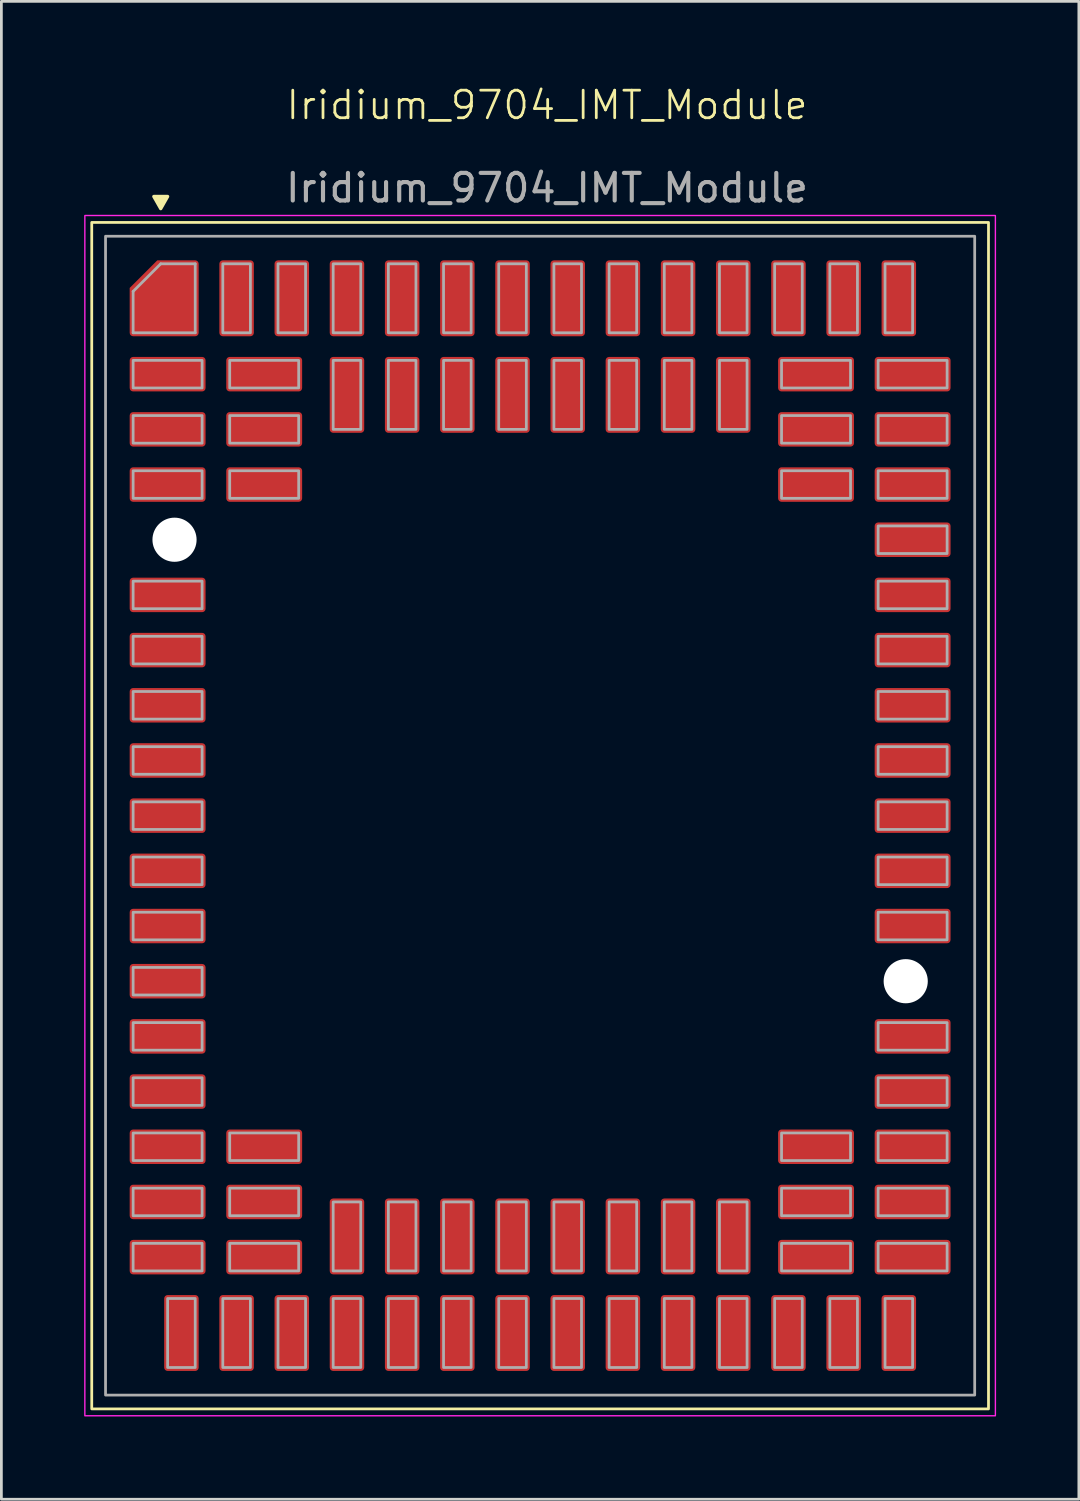
<source format=kicad_pcb>
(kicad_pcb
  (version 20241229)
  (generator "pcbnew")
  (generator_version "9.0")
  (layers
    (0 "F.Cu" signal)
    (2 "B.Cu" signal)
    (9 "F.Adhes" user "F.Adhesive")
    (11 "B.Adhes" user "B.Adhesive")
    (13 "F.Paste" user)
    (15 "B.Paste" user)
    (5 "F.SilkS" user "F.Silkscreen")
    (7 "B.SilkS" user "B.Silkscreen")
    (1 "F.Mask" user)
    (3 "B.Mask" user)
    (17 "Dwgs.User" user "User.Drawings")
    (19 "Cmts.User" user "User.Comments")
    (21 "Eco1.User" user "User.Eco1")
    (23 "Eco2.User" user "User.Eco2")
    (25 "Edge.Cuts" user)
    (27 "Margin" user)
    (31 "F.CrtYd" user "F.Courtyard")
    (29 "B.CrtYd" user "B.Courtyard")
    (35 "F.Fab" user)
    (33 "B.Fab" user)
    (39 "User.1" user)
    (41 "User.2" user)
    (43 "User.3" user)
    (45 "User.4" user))
  (footprint "Iridium_9704_IMT_Module"
    (layer "F.Cu")
    (at 16.525 26.511)
    (property "Reference" "Iridium_9704_IMT_Module" (at 0.25 -25.75 0) (unlocked yes) (layer "F.SilkS") (effects (font (size 1 1) (thickness 0.1))))
    (attr smd)
    (fp_rect (start -16.25 -21.5) (end 16.25 21.5) (stroke (width 0.1) (type default)) (fill no) (layer "F.SilkS"))
    (fp_poly (pts (xy -13.75 -22) (xy -14 -22.44) (xy -13.5 -22.44) (xy -13.75 -22)) (stroke (width 0.12) (type solid)) (fill yes) (layer "F.SilkS"))
    (fp_rect (start -16.5 -21.75) (end 16.5 21.75) (stroke (width 0.05) (type default)) (fill no) (layer "F.CrtYd"))
    (fp_line (start -14.75 -17.5) (end -14.75 -19) (stroke (width 0.1) (type default)) (layer "F.Fab"))
    (fp_line (start -13.75 -20) (end -14.75 -19) (stroke (width 0.1) (type default)) (layer "F.Fab"))
    (fp_line (start -12.5 -20) (end -13.75 -20) (stroke (width 0.1) (type default)) (layer "F.Fab"))
    (fp_line (start -12.5 -17.5) (end -14.75 -17.5) (stroke (width 0.1) (type default)) (layer "F.Fab"))
    (fp_line (start -12.5 -17.5) (end -12.5 -20) (stroke (width 0.1) (type default)) (layer "F.Fab"))
    (fp_rect (start -15.75 -21) (end 15.75 21) (stroke (width 0.1) (type default)) (fill no) (layer "F.Fab"))
    (fp_rect (start -14.75 -15.5) (end -12.25 -16.5) (stroke (width 0.1) (type default)) (fill no) (layer "F.Fab"))
    (fp_rect (start -14.75 -13.5) (end -12.25 -14.5) (stroke (width 0.1) (type default)) (fill no) (layer "F.Fab"))
    (fp_rect (start -14.75 -11.5) (end -12.25 -12.5) (stroke (width 0.1) (type default)) (fill no) (layer "F.Fab"))
    (fp_rect (start -14.75 -7.5) (end -12.25 -8.5) (stroke (width 0.1) (type default)) (fill no) (layer "F.Fab"))
    (fp_rect (start -14.75 -5.5) (end -12.25 -6.5) (stroke (width 0.1) (type default)) (fill no) (layer "F.Fab"))
    (fp_rect (start -14.75 -3.5) (end -12.25 -4.5) (stroke (width 0.1) (type default)) (fill no) (layer "F.Fab"))
    (fp_rect (start -14.75 -1.5) (end -12.25 -2.5) (stroke (width 0.1) (type default)) (fill no) (layer "F.Fab"))
    (fp_rect (start -14.75 0.5) (end -12.25 -0.5) (stroke (width 0.1) (type default)) (fill no) (layer "F.Fab"))
    (fp_rect (start -14.75 2.5) (end -12.25 1.5) (stroke (width 0.1) (type default)) (fill no) (layer "F.Fab"))
    (fp_rect (start -14.75 4.5) (end -12.25 3.5) (stroke (width 0.1) (type default)) (fill no) (layer "F.Fab"))
    (fp_rect (start -14.75 6.5) (end -12.25 5.5) (stroke (width 0.1) (type default)) (fill no) (layer "F.Fab"))
    (fp_rect (start -14.75 8.5) (end -12.25 7.5) (stroke (width 0.1) (type default)) (fill no) (layer "F.Fab"))
    (fp_rect (start -14.75 10.5) (end -12.25 9.5) (stroke (width 0.1) (type default)) (fill no) (layer "F.Fab"))
    (fp_rect (start -14.75 12.5) (end -12.25 11.5) (stroke (width 0.1) (type default)) (fill no) (layer "F.Fab"))
    (fp_rect (start -14.75 14.5) (end -12.25 13.5) (stroke (width 0.1) (type default)) (fill no) (layer "F.Fab"))
    (fp_rect (start -14.75 16.5) (end -12.25 15.5) (stroke (width 0.1) (type default)) (fill no) (layer "F.Fab"))
    (fp_rect (start -13.5 17.5) (end -12.5 20) (stroke (width 0.1) (type default)) (fill no) (layer "F.Fab"))
    (fp_rect (start -11.5 -20) (end -10.5 -17.5) (stroke (width 0.1) (type default)) (fill no) (layer "F.Fab"))
    (fp_rect (start -11.5 17.5) (end -10.5 20) (stroke (width 0.1) (type default)) (fill no) (layer "F.Fab"))
    (fp_rect (start -11.25 -15.5) (end -8.75 -16.5) (stroke (width 0.1) (type default)) (fill no) (layer "F.Fab"))
    (fp_rect (start -11.25 -13.5) (end -8.75 -14.5) (stroke (width 0.1) (type default)) (fill no) (layer "F.Fab"))
    (fp_rect (start -11.25 -11.5) (end -8.75 -12.5) (stroke (width 0.1) (type default)) (fill no) (layer "F.Fab"))
    (fp_rect (start -11.25 12.5) (end -8.75 11.5) (stroke (width 0.1) (type default)) (fill no) (layer "F.Fab"))
    (fp_rect (start -11.25 14.5) (end -8.75 13.5) (stroke (width 0.1) (type default)) (fill no) (layer "F.Fab"))
    (fp_rect (start -11.25 16.5) (end -8.75 15.5) (stroke (width 0.1) (type default)) (fill no) (layer "F.Fab"))
    (fp_rect (start -9.5 -20) (end -8.5 -17.5) (stroke (width 0.1) (type default)) (fill no) (layer "F.Fab"))
    (fp_rect (start -9.5 17.5) (end -8.5 20) (stroke (width 0.1) (type default)) (fill no) (layer "F.Fab"))
    (fp_rect (start -7.5 -20) (end -6.5 -17.5) (stroke (width 0.1) (type default)) (fill no) (layer "F.Fab"))
    (fp_rect (start -7.5 -16.5) (end -6.5 -14) (stroke (width 0.1) (type default)) (fill no) (layer "F.Fab"))
    (fp_rect (start -7.5 14) (end -6.5 16.5) (stroke (width 0.1) (type default)) (fill no) (layer "F.Fab"))
    (fp_rect (start -7.5 17.5) (end -6.5 20) (stroke (width 0.1) (type default)) (fill no) (layer "F.Fab"))
    (fp_rect (start -5.5 -20) (end -4.5 -17.5) (stroke (width 0.1) (type default)) (fill no) (layer "F.Fab"))
    (fp_rect (start -5.5 -16.5) (end -4.5 -14) (stroke (width 0.1) (type default)) (fill no) (layer "F.Fab"))
    (fp_rect (start -5.5 14) (end -4.5 16.5) (stroke (width 0.1) (type default)) (fill no) (layer "F.Fab"))
    (fp_rect (start -5.5 17.5) (end -4.5 20) (stroke (width 0.1) (type default)) (fill no) (layer "F.Fab"))
    (fp_rect (start -3.5 -20) (end -2.5 -17.5) (stroke (width 0.1) (type default)) (fill no) (layer "F.Fab"))
    (fp_rect (start -3.5 -16.5) (end -2.5 -14) (stroke (width 0.1) (type default)) (fill no) (layer "F.Fab"))
    (fp_rect (start -3.5 14) (end -2.5 16.5) (stroke (width 0.1) (type default)) (fill no) (layer "F.Fab"))
    (fp_rect (start -3.5 17.5) (end -2.5 20) (stroke (width 0.1) (type default)) (fill no) (layer "F.Fab"))
    (fp_rect (start -1.5 -20) (end -0.5 -17.5) (stroke (width 0.1) (type default)) (fill no) (layer "F.Fab"))
    (fp_rect (start -1.5 -16.5) (end -0.5 -14) (stroke (width 0.1) (type default)) (fill no) (layer "F.Fab"))
    (fp_rect (start -1.5 14) (end -0.5 16.5) (stroke (width 0.1) (type default)) (fill no) (layer "F.Fab"))
    (fp_rect (start -1.5 17.5) (end -0.5 20) (stroke (width 0.1) (type default)) (fill no) (layer "F.Fab"))
    (fp_rect (start 0.5 -20) (end 1.5 -17.5) (stroke (width 0.1) (type default)) (fill no) (layer "F.Fab"))
    (fp_rect (start 0.5 -16.5) (end 1.5 -14) (stroke (width 0.1) (type default)) (fill no) (layer "F.Fab"))
    (fp_rect (start 0.5 14) (end 1.5 16.5) (stroke (width 0.1) (type default)) (fill no) (layer "F.Fab"))
    (fp_rect (start 0.5 17.5) (end 1.5 20) (stroke (width 0.1) (type default)) (fill no) (layer "F.Fab"))
    (fp_rect (start 2.5 -20) (end 3.5 -17.5) (stroke (width 0.1) (type default)) (fill no) (layer "F.Fab"))
    (fp_rect (start 2.5 -16.5) (end 3.5 -14) (stroke (width 0.1) (type default)) (fill no) (layer "F.Fab"))
    (fp_rect (start 2.5 14) (end 3.5 16.5) (stroke (width 0.1) (type default)) (fill no) (layer "F.Fab"))
    (fp_rect (start 2.5 17.5) (end 3.5 20) (stroke (width 0.1) (type default)) (fill no) (layer "F.Fab"))
    (fp_rect (start 4.5 -20) (end 5.5 -17.5) (stroke (width 0.1) (type default)) (fill no) (layer "F.Fab"))
    (fp_rect (start 4.5 -16.5) (end 5.5 -14) (stroke (width 0.1) (type default)) (fill no) (layer "F.Fab"))
    (fp_rect (start 4.5 14) (end 5.5 16.5) (stroke (width 0.1) (type default)) (fill no) (layer "F.Fab"))
    (fp_rect (start 4.5 17.5) (end 5.5 20) (stroke (width 0.1) (type default)) (fill no) (layer "F.Fab"))
    (fp_rect (start 6.5 -20) (end 7.5 -17.5) (stroke (width 0.1) (type default)) (fill no) (layer "F.Fab"))
    (fp_rect (start 6.5 -16.5) (end 7.5 -14) (stroke (width 0.1) (type default)) (fill no) (layer "F.Fab"))
    (fp_rect (start 6.5 14) (end 7.5 16.5) (stroke (width 0.1) (type default)) (fill no) (layer "F.Fab"))
    (fp_rect (start 6.5 17.5) (end 7.5 20) (stroke (width 0.1) (type default)) (fill no) (layer "F.Fab"))
    (fp_rect (start 8.5 -20) (end 9.5 -17.5) (stroke (width 0.1) (type default)) (fill no) (layer "F.Fab"))
    (fp_rect (start 8.5 17.5) (end 9.5 20) (stroke (width 0.1) (type default)) (fill no) (layer "F.Fab"))
    (fp_rect (start 8.75 -15.5) (end 11.25 -16.5) (stroke (width 0.1) (type default)) (fill no) (layer "F.Fab"))
    (fp_rect (start 8.75 -13.5) (end 11.25 -14.5) (stroke (width 0.1) (type default)) (fill no) (layer "F.Fab"))
    (fp_rect (start 8.75 -11.5) (end 11.25 -12.5) (stroke (width 0.1) (type default)) (fill no) (layer "F.Fab"))
    (fp_rect (start 8.75 12.5) (end 11.25 11.5) (stroke (width 0.1) (type default)) (fill no) (layer "F.Fab"))
    (fp_rect (start 8.75 14.5) (end 11.25 13.5) (stroke (width 0.1) (type default)) (fill no) (layer "F.Fab"))
    (fp_rect (start 8.75 16.5) (end 11.25 15.5) (stroke (width 0.1) (type default)) (fill no) (layer "F.Fab"))
    (fp_rect (start 10.5 -20) (end 11.5 -17.5) (stroke (width 0.1) (type default)) (fill no) (layer "F.Fab"))
    (fp_rect (start 10.5 17.5) (end 11.5 20) (stroke (width 0.1) (type default)) (fill no) (layer "F.Fab"))
    (fp_rect (start 12.25 -15.5) (end 14.75 -16.5) (stroke (width 0.1) (type default)) (fill no) (layer "F.Fab"))
    (fp_rect (start 12.25 -13.5) (end 14.75 -14.5) (stroke (width 0.1) (type default)) (fill no) (layer "F.Fab"))
    (fp_rect (start 12.25 -11.5) (end 14.75 -12.5) (stroke (width 0.1) (type default)) (fill no) (layer "F.Fab"))
    (fp_rect (start 12.25 -9.5) (end 14.75 -10.5) (stroke (width 0.1) (type default)) (fill no) (layer "F.Fab"))
    (fp_rect (start 12.25 -7.5) (end 14.75 -8.5) (stroke (width 0.1) (type default)) (fill no) (layer "F.Fab"))
    (fp_rect (start 12.25 -5.5) (end 14.75 -6.5) (stroke (width 0.1) (type default)) (fill no) (layer "F.Fab"))
    (fp_rect (start 12.25 -3.5) (end 14.75 -4.5) (stroke (width 0.1) (type default)) (fill no) (layer "F.Fab"))
    (fp_rect (start 12.25 -1.5) (end 14.75 -2.5) (stroke (width 0.1) (type default)) (fill no) (layer "F.Fab"))
    (fp_rect (start 12.25 0.5) (end 14.75 -0.5) (stroke (width 0.1) (type default)) (fill no) (layer "F.Fab"))
    (fp_rect (start 12.25 2.5) (end 14.75 1.5) (stroke (width 0.1) (type default)) (fill no) (layer "F.Fab"))
    (fp_rect (start 12.25 4.5) (end 14.75 3.5) (stroke (width 0.1) (type default)) (fill no) (layer "F.Fab"))
    (fp_rect (start 12.25 8.5) (end 14.75 7.5) (stroke (width 0.1) (type default)) (fill no) (layer "F.Fab"))
    (fp_rect (start 12.25 10.5) (end 14.75 9.5) (stroke (width 0.1) (type default)) (fill no) (layer "F.Fab"))
    (fp_rect (start 12.25 12.5) (end 14.75 11.5) (stroke (width 0.1) (type default)) (fill no) (layer "F.Fab"))
    (fp_rect (start 12.25 14.5) (end 14.75 13.5) (stroke (width 0.1) (type default)) (fill no) (layer "F.Fab"))
    (fp_rect (start 12.25 16.5) (end 14.75 15.5) (stroke (width 0.1) (type default)) (fill no) (layer "F.Fab"))
    (fp_rect (start 12.5 -20) (end 13.5 -17.5) (stroke (width 0.1) (type default)) (fill no) (layer "F.Fab"))
    (fp_rect (start 12.5 17.5) (end 13.5 20) (stroke (width 0.1) (type default)) (fill no) (layer "F.Fab"))
    (fp_text user "${REFERENCE}" (at 0.25 -22.75 0) (unlocked yes) (layer "F.Fab") (effects (font (size 1 1) (thickness 0.15))))
    (pad "" np_thru_hole circle (at -13.25 -10) (size 1.6 1.6) (drill 1.6) (layers "*.Cu" "*.Mask"))
    (pad "" np_thru_hole circle (at 13.25 6) (size 1.6 1.6) (drill 1.6) (layers "*.Cu" "*.Mask"))
    (pad "1" smd roundrect (at -13.625 -18.75) (size 2.5 2.75) (layers "F.Cu" "F.Mask" "F.Paste") (roundrect_rratio 0.05) (chamfer_ratio 0.4) (chamfer top_left))
    (pad "2" smd roundrect (at -13.5 -16 90) (size 1.25 2.75) (layers "F.Cu" "F.Mask" "F.Paste") (roundrect_rratio 0.1))
    (pad "3" smd roundrect (at -13.5 -14 90) (size 1.25 2.75) (layers "F.Cu" "F.Mask" "F.Paste") (roundrect_rratio 0.1))
    (pad "4" smd roundrect (at -13.5 -12 90) (size 1.25 2.75) (layers "F.Cu" "F.Mask" "F.Paste") (roundrect_rratio 0.1))
    (pad "5" smd roundrect (at -13.5 -8 90) (size 1.25 2.75) (layers "F.Cu" "F.Mask" "F.Paste") (roundrect_rratio 0.1))
    (pad "6" smd roundrect (at -13.5 -6 90) (size 1.25 2.75) (layers "F.Cu" "F.Mask" "F.Paste") (roundrect_rratio 0.1))
    (pad "7" smd roundrect (at -13.5 -4 90) (size 1.25 2.75) (layers "F.Cu" "F.Mask" "F.Paste") (roundrect_rratio 0.1))
    (pad "8" smd roundrect (at -13.5 -2 90) (size 1.25 2.75) (layers "F.Cu" "F.Mask" "F.Paste") (roundrect_rratio 0.1))
    (pad "9" smd roundrect (at -13.5 0 90) (size 1.25 2.75) (layers "F.Cu" "F.Mask" "F.Paste") (roundrect_rratio 0.1))
    (pad "10" smd roundrect (at -13.5 2 90) (size 1.25 2.75) (layers "F.Cu" "F.Mask" "F.Paste") (roundrect_rratio 0.1))
    (pad "11" smd roundrect (at -13.5 4 90) (size 1.25 2.75) (layers "F.Cu" "F.Mask" "F.Paste") (roundrect_rratio 0.1))
    (pad "12" smd roundrect (at -13.5 6 90) (size 1.25 2.75) (layers "F.Cu" "F.Mask" "F.Paste") (roundrect_rratio 0.1))
    (pad "13" smd roundrect (at -13.5 8 90) (size 1.25 2.75) (layers "F.Cu" "F.Mask" "F.Paste") (roundrect_rratio 0.1))
    (pad "14" smd roundrect (at -13.5 10 90) (size 1.25 2.75) (layers "F.Cu" "F.Mask" "F.Paste") (roundrect_rratio 0.1))
    (pad "15" smd roundrect (at -13.5 12 90) (size 1.25 2.75) (layers "F.Cu" "F.Mask" "F.Paste") (roundrect_rratio 0.1))
    (pad "16" smd roundrect (at -13.5 14 90) (size 1.25 2.75) (layers "F.Cu" "F.Mask" "F.Paste") (roundrect_rratio 0.1))
    (pad "17" smd roundrect (at -13.5 16 90) (size 1.25 2.75) (layers "F.Cu" "F.Mask" "F.Paste") (roundrect_rratio 0.1))
    (pad "18" smd roundrect (at -13 18.75) (size 1.25 2.75) (layers "F.Cu" "F.Mask" "F.Paste") (roundrect_rratio 0.1))
    (pad "19" smd roundrect (at -11 18.75) (size 1.25 2.75) (layers "F.Cu" "F.Mask" "F.Paste") (roundrect_rratio 0.1))
    (pad "20" smd roundrect (at -9 18.75) (size 1.25 2.75) (layers "F.Cu" "F.Mask" "F.Paste") (roundrect_rratio 0.1))
    (pad "21" smd roundrect (at -7 18.75) (size 1.25 2.75) (layers "F.Cu" "F.Mask" "F.Paste") (roundrect_rratio 0.1))
    (pad "22" smd roundrect (at -5 18.75) (size 1.25 2.75) (layers "F.Cu" "F.Mask" "F.Paste") (roundrect_rratio 0.1))
    (pad "23" smd roundrect (at -3 18.75) (size 1.25 2.75) (layers "F.Cu" "F.Mask" "F.Paste") (roundrect_rratio 0.1))
    (pad "24" smd roundrect (at -1 18.75) (size 1.25 2.75) (layers "F.Cu" "F.Mask" "F.Paste") (roundrect_rratio 0.1))
    (pad "25" smd roundrect (at 1 18.75) (size 1.25 2.75) (layers "F.Cu" "F.Mask" "F.Paste") (roundrect_rratio 0.1))
    (pad "26" smd roundrect (at 3 18.75) (size 1.25 2.75) (layers "F.Cu" "F.Mask" "F.Paste") (roundrect_rratio 0.1))
    (pad "27" smd roundrect (at 5 18.75) (size 1.25 2.75) (layers "F.Cu" "F.Mask" "F.Paste") (roundrect_rratio 0.1))
    (pad "28" smd roundrect (at 7 18.75) (size 1.25 2.75) (layers "F.Cu" "F.Mask" "F.Paste") (roundrect_rratio 0.1))
    (pad "29" smd roundrect (at 9 18.75) (size 1.25 2.75) (layers "F.Cu" "F.Mask" "F.Paste") (roundrect_rratio 0.1))
    (pad "30" smd roundrect (at 11 18.75) (size 1.25 2.75) (layers "F.Cu" "F.Mask" "F.Paste") (roundrect_rratio 0.1))
    (pad "31" smd roundrect (at 13 18.75) (size 1.25 2.75) (layers "F.Cu" "F.Mask" "F.Paste") (roundrect_rratio 0.1))
    (pad "32" smd roundrect (at 13.5 16 90) (size 1.25 2.75) (layers "F.Cu" "F.Mask" "F.Paste") (roundrect_rratio 0.1))
    (pad "33" smd roundrect (at 13.5 14 90) (size 1.25 2.75) (layers "F.Cu" "F.Mask" "F.Paste") (roundrect_rratio 0.1))
    (pad "34" smd roundrect (at 13.5 12 90) (size 1.25 2.75) (layers "F.Cu" "F.Mask" "F.Paste") (roundrect_rratio 0.1))
    (pad "35" smd roundrect (at 13.5 10 90) (size 1.25 2.75) (layers "F.Cu" "F.Mask" "F.Paste") (roundrect_rratio 0.1))
    (pad "36" smd roundrect (at 13.5 8 90) (size 1.25 2.75) (layers "F.Cu" "F.Mask" "F.Paste") (roundrect_rratio 0.1))
    (pad "37" smd roundrect (at 13.5 4 90) (size 1.25 2.75) (layers "F.Cu" "F.Mask" "F.Paste") (roundrect_rratio 0.1))
    (pad "38" smd roundrect (at 13.5 2 90) (size 1.25 2.75) (layers "F.Cu" "F.Mask" "F.Paste") (roundrect_rratio 0.1))
    (pad "39" smd roundrect (at 13.5 0 90) (size 1.25 2.75) (layers "F.Cu" "F.Mask" "F.Paste") (roundrect_rratio 0.1))
    (pad "40" smd roundrect (at 13.5 -2 90) (size 1.25 2.75) (layers "F.Cu" "F.Mask" "F.Paste") (roundrect_rratio 0.1))
    (pad "41" smd roundrect (at 13.5 -4 90) (size 1.25 2.75) (layers "F.Cu" "F.Mask" "F.Paste") (roundrect_rratio 0.1))
    (pad "42" smd roundrect (at 13.5 -6 90) (size 1.25 2.75) (layers "F.Cu" "F.Mask" "F.Paste") (roundrect_rratio 0.1))
    (pad "43" smd roundrect (at 13.5 -8 90) (size 1.25 2.75) (layers "F.Cu" "F.Mask" "F.Paste") (roundrect_rratio 0.1))
    (pad "44" smd roundrect (at 13.5 -10 90) (size 1.25 2.75) (layers "F.Cu" "F.Mask" "F.Paste") (roundrect_rratio 0.1))
    (pad "45" smd roundrect (at 13.5 -12 90) (size 1.25 2.75) (layers "F.Cu" "F.Mask" "F.Paste") (roundrect_rratio 0.1))
    (pad "46" smd roundrect (at 13.5 -14 90) (size 1.25 2.75) (layers "F.Cu" "F.Mask" "F.Paste") (roundrect_rratio 0.1))
    (pad "47" smd roundrect (at 13.5 -16 90) (size 1.25 2.75) (layers "F.Cu" "F.Mask" "F.Paste") (roundrect_rratio 0.1))
    (pad "48" smd roundrect (at 13 -18.75) (size 1.25 2.75) (layers "F.Cu" "F.Mask" "F.Paste") (roundrect_rratio 0.1))
    (pad "49" smd roundrect (at 11 -18.75) (size 1.25 2.75) (layers "F.Cu" "F.Mask" "F.Paste") (roundrect_rratio 0.1))
    (pad "50" smd roundrect (at 9 -18.75) (size 1.25 2.75) (layers "F.Cu" "F.Mask" "F.Paste") (roundrect_rratio 0.1))
    (pad "51" smd roundrect (at 7 -18.75) (size 1.25 2.75) (layers "F.Cu" "F.Mask" "F.Paste") (roundrect_rratio 0.1))
    (pad "52" smd roundrect (at 5 -18.75) (size 1.25 2.75) (layers "F.Cu" "F.Mask" "F.Paste") (roundrect_rratio 0.1))
    (pad "53" smd roundrect (at 3 -18.75) (size 1.25 2.75) (layers "F.Cu" "F.Mask" "F.Paste") (roundrect_rratio 0.1))
    (pad "54" smd roundrect (at 1 -18.75) (size 1.25 2.75) (layers "F.Cu" "F.Mask" "F.Paste") (roundrect_rratio 0.1))
    (pad "55" smd roundrect (at -1 -18.75) (size 1.25 2.75) (layers "F.Cu" "F.Mask" "F.Paste") (roundrect_rratio 0.1))
    (pad "56" smd roundrect (at -3 -18.75) (size 1.25 2.75) (layers "F.Cu" "F.Mask" "F.Paste") (roundrect_rratio 0.1))
    (pad "57" smd roundrect (at -5 -18.75) (size 1.25 2.75) (layers "F.Cu" "F.Mask" "F.Paste") (roundrect_rratio 0.1))
    (pad "58" smd roundrect (at -7 -18.75) (size 1.25 2.75) (layers "F.Cu" "F.Mask" "F.Paste") (roundrect_rratio 0.1))
    (pad "59" smd roundrect (at -9 -18.75) (size 1.25 2.75) (layers "F.Cu" "F.Mask" "F.Paste") (roundrect_rratio 0.1))
    (pad "60" smd roundrect (at -11 -18.75) (size 1.25 2.75) (layers "F.Cu" "F.Mask" "F.Paste") (roundrect_rratio 0.1))
    (pad "61" smd roundrect (at -10 -16 90) (size 1.25 2.75) (layers "F.Cu" "F.Mask" "F.Paste") (roundrect_rratio 0.1))
    (pad "62" smd roundrect (at -10 -14 90) (size 1.25 2.75) (layers "F.Cu" "F.Mask" "F.Paste") (roundrect_rratio 0.1))
    (pad "63" smd roundrect (at -10 -12 90) (size 1.25 2.75) (layers "F.Cu" "F.Mask" "F.Paste") (roundrect_rratio 0.1))
    (pad "64" smd roundrect (at -10 12 90) (size 1.25 2.75) (layers "F.Cu" "F.Mask" "F.Paste") (roundrect_rratio 0.1))
    (pad "65" smd roundrect (at -10 14 90) (size 1.25 2.75) (layers "F.Cu" "F.Mask" "F.Paste") (roundrect_rratio 0.1))
    (pad "66" smd roundrect (at -10 16 90) (size 1.25 2.75) (layers "F.Cu" "F.Mask" "F.Paste") (roundrect_rratio 0.1))
    (pad "67" smd roundrect (at -7 15.25) (size 1.25 2.75) (layers "F.Cu" "F.Mask" "F.Paste") (roundrect_rratio 0.1))
    (pad "68" smd roundrect (at -5 15.25) (size 1.25 2.75) (layers "F.Cu" "F.Mask" "F.Paste") (roundrect_rratio 0.1))
    (pad "69" smd roundrect (at -3 15.25) (size 1.25 2.75) (layers "F.Cu" "F.Mask" "F.Paste") (roundrect_rratio 0.1))
    (pad "70" smd roundrect (at -1 15.25) (size 1.25 2.75) (layers "F.Cu" "F.Mask" "F.Paste") (roundrect_rratio 0.1))
    (pad "71" smd roundrect (at 1 15.25) (size 1.25 2.75) (layers "F.Cu" "F.Mask" "F.Paste") (roundrect_rratio 0.1))
    (pad "72" smd roundrect (at 3 15.25) (size 1.25 2.75) (layers "F.Cu" "F.Mask" "F.Paste") (roundrect_rratio 0.1))
    (pad "73" smd roundrect (at 5 15.25) (size 1.25 2.75) (layers "F.Cu" "F.Mask" "F.Paste") (roundrect_rratio 0.1))
    (pad "74" smd roundrect (at 7 15.25) (size 1.25 2.75) (layers "F.Cu" "F.Mask" "F.Paste") (roundrect_rratio 0.1))
    (pad "75" smd roundrect (at 10 16 90) (size 1.25 2.75) (layers "F.Cu" "F.Mask" "F.Paste") (roundrect_rratio 0.1))
    (pad "76" smd roundrect (at 10 14 90) (size 1.25 2.75) (layers "F.Cu" "F.Mask" "F.Paste") (roundrect_rratio 0.1))
    (pad "77" smd roundrect (at 10 12 90) (size 1.25 2.75) (layers "F.Cu" "F.Mask" "F.Paste") (roundrect_rratio 0.1))
    (pad "78" smd roundrect (at 10 -12 90) (size 1.25 2.75) (layers "F.Cu" "F.Mask" "F.Paste") (roundrect_rratio 0.1))
    (pad "79" smd roundrect (at 10 -14 90) (size 1.25 2.75) (layers "F.Cu" "F.Mask" "F.Paste") (roundrect_rratio 0.1))
    (pad "80" smd roundrect (at 10 -16 90) (size 1.25 2.75) (layers "F.Cu" "F.Mask" "F.Paste") (roundrect_rratio 0.1))
    (pad "81" smd roundrect (at 7 -15.25) (size 1.25 2.75) (layers "F.Cu" "F.Mask" "F.Paste") (roundrect_rratio 0.1))
    (pad "82" smd roundrect (at 5 -15.25) (size 1.25 2.75) (layers "F.Cu" "F.Mask" "F.Paste") (roundrect_rratio 0.1))
    (pad "83" smd roundrect (at 3 -15.25) (size 1.25 2.75) (layers "F.Cu" "F.Mask" "F.Paste") (roundrect_rratio 0.1))
    (pad "84" smd roundrect (at 1 -15.25) (size 1.25 2.75) (layers "F.Cu" "F.Mask" "F.Paste") (roundrect_rratio 0.1))
    (pad "85" smd roundrect (at -1 -15.25) (size 1.25 2.75) (layers "F.Cu" "F.Mask" "F.Paste") (roundrect_rratio 0.1))
    (pad "86" smd roundrect (at -3 -15.25) (size 1.25 2.75) (layers "F.Cu" "F.Mask" "F.Paste") (roundrect_rratio 0.1))
    (pad "87" smd roundrect (at -5 -15.25) (size 1.25 2.75) (layers "F.Cu" "F.Mask" "F.Paste") (roundrect_rratio 0.1))
    (pad "88" smd roundrect (at -7 -15.25) (size 1.25 2.75) (layers "F.Cu" "F.Mask" "F.Paste") (roundrect_rratio 0.1)))
  (gr_rect
    (start -3 -3)
    (end 36.05 51.285)
    (stroke (width 0.1) (type default))
    (fill no)
    (layer "Edge.Cuts")))
</source>
